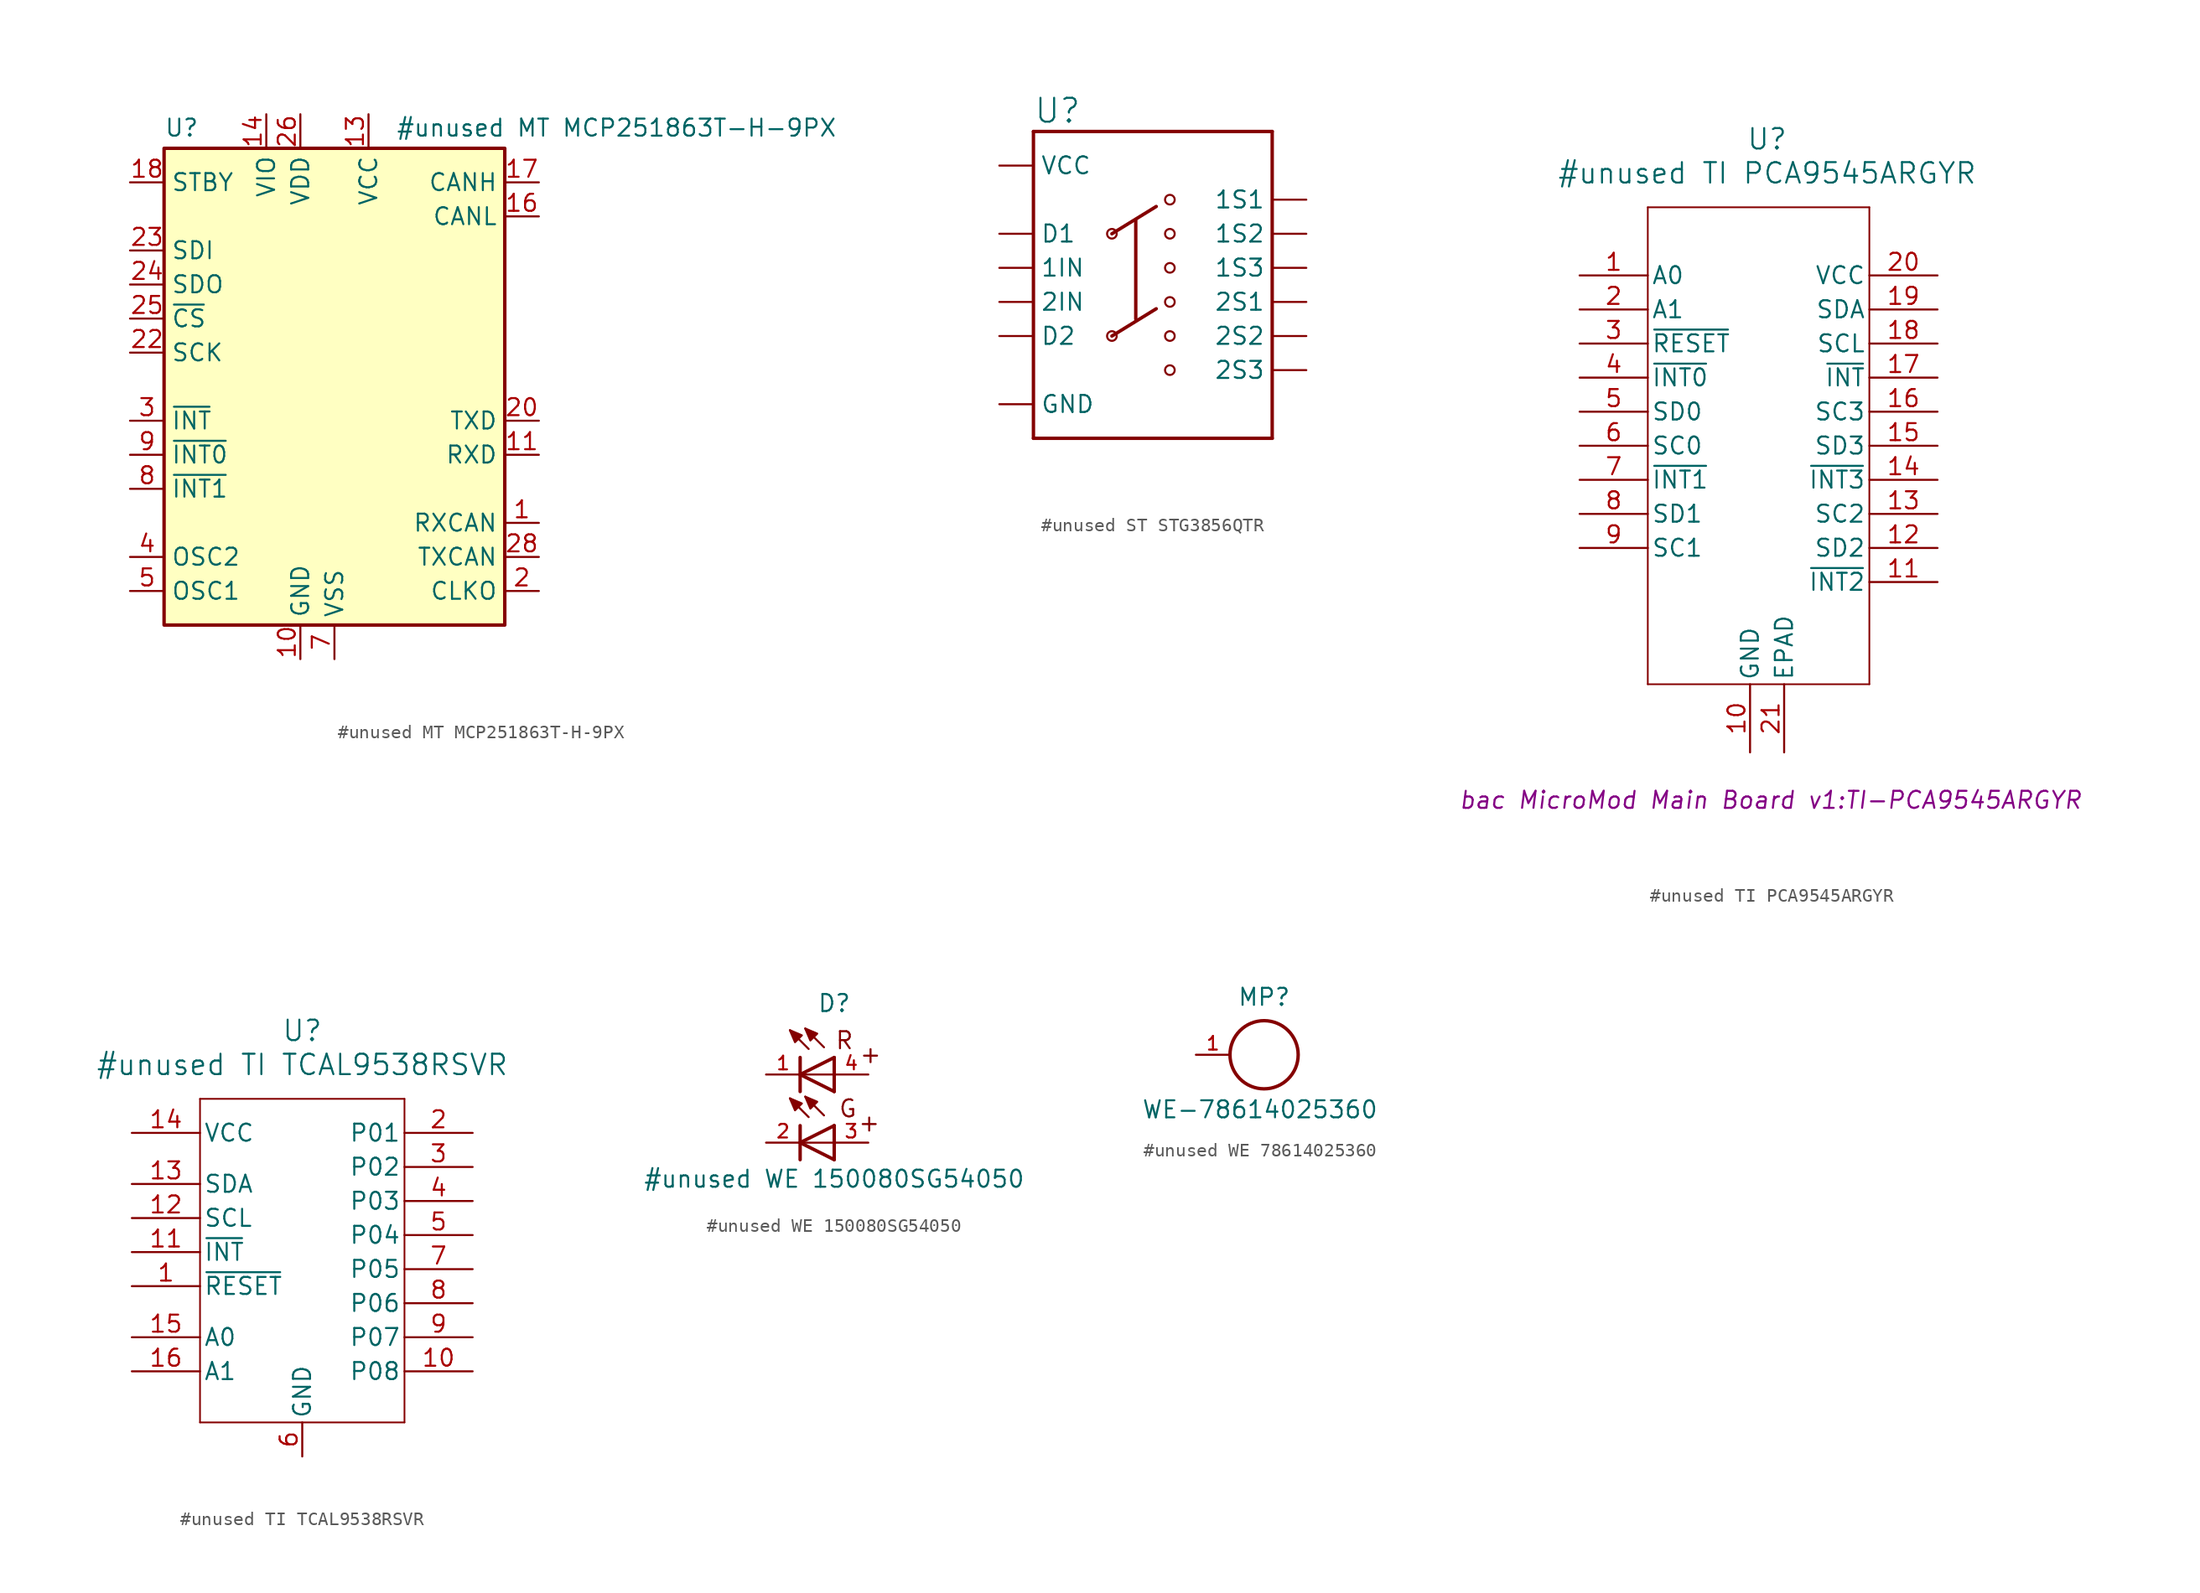
<source format=kicad_sym>
(kicad_symbol_lib
  (version 20231120)
  (generator "kicad_symbol_editor")
  (generator_version "8.0")
  (symbol "#unused MT MCP251863T-H-9PX"
    (property "Reference" "U"
      (at -12.7 19.304 0)
      (effects (font (size 1.27 1.27)) (justify left)))
    (property "Value" "#unused MT MCP251863T-H-9PX"
      (at 4.572 19.304 0)
      (effects (font (size 1.27 1.27)) (justify left)))
    (symbol "#unused MT MCP251863T-H-9PX_0_1"
      (rectangle (start -12.7 17.78) (end 12.7 -17.78) (stroke (width 0.254) (type default)) (fill (type background))))
    (symbol "#unused MT MCP251863T-H-9PX_1_1"
      (pin input line (at 15.24 -10.16 180) (length 2.54) (name "RXCAN" (effects (font (size 1.27 1.27)))) (number "1" (effects (font (size 1.27 1.27)))))
      (pin power_in line (at -2.54 -20.32 90) (length 2.54) (name "GND" (effects (font (size 1.27 1.27)))) (number "10" (effects (font (size 1.27 1.27)))))
      (pin output line (at 15.24 -5.08 180) (length 2.54) (name "RXD" (effects (font (size 1.27 1.27)))) (number "11" (effects (font (size 1.27 1.27)))))
      (pin no_connect line (at 12.7 5.08 180) (length 2.54) hide (name "NC" (effects (font (size 1.27 1.27)))) (number "12" (effects (font (size 1.27 1.27)))))
      (pin power_in line (at 2.54 20.32 270) (length 2.54) (name "VCC" (effects (font (size 1.27 1.27)))) (number "13" (effects (font (size 1.27 1.27)))))
      (pin power_in line (at -5.08 20.32 270) (length 2.54) (name "VIO" (effects (font (size 1.27 1.27)))) (number "14" (effects (font (size 1.27 1.27)))))
      (pin no_connect line (at 12.7 7.62 180) (length 2.54) hide (name "NC" (effects (font (size 1.27 1.27)))) (number "15" (effects (font (size 1.27 1.27)))))
      (pin bidirectional line (at 15.24 12.7 180) (length 2.54) (name "CANL" (effects (font (size 1.27 1.27)))) (number "16" (effects (font (size 1.27 1.27)))))
      (pin bidirectional line (at 15.24 15.24 180) (length 2.54) (name "CANH" (effects (font (size 1.27 1.27)))) (number "17" (effects (font (size 1.27 1.27)))))
      (pin input line (at -15.24 15.24 0) (length 2.54) (name "STBY" (effects (font (size 1.27 1.27)))) (number "18" (effects (font (size 1.27 1.27)))))
      (pin no_connect line (at 12.7 10.16 180) (length 2.54) hide (name "NC" (effects (font (size 1.27 1.27)))) (number "19" (effects (font (size 1.27 1.27)))))
      (pin output line (at 15.24 -15.24 180) (length 2.54) (name "CLKO" (effects (font (size 1.27 1.27)))) (number "2" (effects (font (size 1.27 1.27)))) (alternate "SOF" output line))
      (pin output line (at 15.24 -2.54 180) (length 2.54) (name "TXD" (effects (font (size 1.27 1.27)))) (number "20" (effects (font (size 1.27 1.27)))))
      (pin no_connect line (at 0 17.78 270) (length 2.54) hide (name "NC" (effects (font (size 1.27 1.27)))) (number "21" (effects (font (size 1.27 1.27)))))
      (pin input line (at -15.24 2.54 0) (length 2.54) (name "SCK" (effects (font (size 1.27 1.27)))) (number "22" (effects (font (size 1.27 1.27)))))
      (pin input line (at -15.24 10.16 0) (length 2.54) (name "SDI" (effects (font (size 1.27 1.27)))) (number "23" (effects (font (size 1.27 1.27)))))
      (pin output line (at -15.24 7.62 0) (length 2.54) (name "SDO" (effects (font (size 1.27 1.27)))) (number "24" (effects (font (size 1.27 1.27)))))
      (pin input line (at -15.24 5.08 0) (length 2.54) (name "~{CS}" (effects (font (size 1.27 1.27)))) (number "25" (effects (font (size 1.27 1.27)))))
      (pin power_in line (at -2.54 20.32 270) (length 2.54) (name "VDD" (effects (font (size 1.27 1.27)))) (number "26" (effects (font (size 1.27 1.27)))))
      (pin output line (at 15.24 -12.7 180) (length 2.54) (name "TXCAN" (effects (font (size 1.27 1.27)))) (number "28" (effects (font (size 1.27 1.27)))))
      (pin no_connect line (at 5.08 17.78 270) (length 2.54) hide (name "NC" (effects (font (size 1.27 1.27)))) (number "29" (effects (font (size 1.27 1.27)))))
      (pin output line (at -15.24 -2.54 0) (length 2.54) (name "~{INT}" (effects (font (size 1.27 1.27)))) (number "3" (effects (font (size 1.27 1.27)))))
      (pin output line (at -15.24 -12.7 0) (length 2.54) (name "OSC2" (effects (font (size 1.27 1.27)))) (number "4" (effects (font (size 1.27 1.27)))))
      (pin input line (at -15.24 -15.24 0) (length 2.54) (name "OSC1" (effects (font (size 1.27 1.27)))) (number "5" (effects (font (size 1.27 1.27)))))
      (pin no_connect line (at 12.7 2.54 180) (length 2.54) hide (name "NC" (effects (font (size 1.27 1.27)))) (number "6" (effects (font (size 1.27 1.27)))))
      (pin power_in line (at 0 -20.32 90) (length 2.54) (name "VSS" (effects (font (size 1.27 1.27)))) (number "7" (effects (font (size 1.27 1.27)))))
      (pin output line (at -15.24 -7.62 0) (length 2.54) (name "~{INT1}" (effects (font (size 1.27 1.27)))) (number "8" (effects (font (size 1.27 1.27)))) (alternate "GPIO1" bidirectional line))
      (pin output line (at -15.24 -5.08 0) (length 2.54) (name "~{INT0}" (effects (font (size 1.27 1.27)))) (number "9" (effects (font (size 1.27 1.27)))) (alternate "GPIO0" bidirectional line) (alternate "XSTBY" input line))))
  (symbol "#unused ST STG3856QTR"
    (property "Reference" "U"
      (at -7.62 13.208 0)
      (effects (font (size 1.778 1.778)) (justify left bottom)))
    (property "Value" ""
      (at -7.62 -12.7 0)
      (effects (font (size 1.778 1.778)) (justify left bottom)))
    (symbol "#unused ST STG3856QTR_1_0"
      (circle (center -1.778 -2.54) (radius 0.359) (stroke (width 0) (type solid)) (fill (type none)))
      (circle (center -1.778 5.08) (radius 0.359) (stroke (width 0) (type solid)) (fill (type none)))
      (polyline (pts (xy -7.62 -10.16) (xy -7.62 12.7)) (stroke (width 0.254) (type solid)) (fill (type none)))
      (polyline (pts (xy -7.62 12.7) (xy 10.16 12.7)) (stroke (width 0.254) (type solid)) (fill (type none)))
      (polyline (pts (xy -1.778 -2.54) (xy 1.524 -0.508)) (stroke (width 0.254) (type solid)) (fill (type none)))
      (polyline (pts (xy -1.778 5.08) (xy 1.524 7.112)) (stroke (width 0.254) (type solid)) (fill (type none)))
      (polyline (pts (xy 0 6.096) (xy 0 -1.27)) (stroke (width 0.254) (type solid)) (fill (type none)))
      (polyline (pts (xy 10.16 -10.16) (xy -7.62 -10.16)) (stroke (width 0.254) (type solid)) (fill (type none)))
      (polyline (pts (xy 10.16 12.7) (xy 10.16 -10.16)) (stroke (width 0.254) (type solid)) (fill (type none)))
      (circle (center 2.54 -5.08) (radius 0.359) (stroke (width 0) (type solid)) (fill (type none)))
      (circle (center 2.54 -2.54) (radius 0.359) (stroke (width 0) (type solid)) (fill (type none)))
      (circle (center 2.54 0) (radius 0.359) (stroke (width 0) (type solid)) (fill (type none)))
      (circle (center 2.54 2.54) (radius 0.359) (stroke (width 0) (type solid)) (fill (type none)))
      (circle (center 2.54 5.08) (radius 0.359) (stroke (width 0) (type solid)) (fill (type none)))
      (circle (center 2.54 7.62) (radius 0.359) (stroke (width 0) (type solid)) (fill (type none)))
      (pin bidirectional line (at 12.7 7.62 180) (length 2.54) (name "1S1" (effects (font (size 1.27 1.27)))) (number "P1" (effects (font (size 0 0)))))
      (pin bidirectional line (at -10.16 0 0) (length 2.54) (name "2IN" (effects (font (size 1.27 1.27)))) (number "P10" (effects (font (size 0 0)))))
      (pin power_in line (at -10.16 10.16 0) (length 2.54) (name "VCC" (effects (font (size 1.27 1.27)))) (number "P11" (effects (font (size 0 0)))))
      (pin bidirectional line (at -10.16 2.54 0) (length 2.54) (name "1IN" (effects (font (size 1.27 1.27)))) (number "P12" (effects (font (size 0 0)))))
      (pin bidirectional line (at 12.7 5.08 180) (length 2.54) (name "1S2" (effects (font (size 1.27 1.27)))) (number "P2" (effects (font (size 0 0)))))
      (pin bidirectional line (at 12.7 2.54 180) (length 2.54) (name "1S3" (effects (font (size 1.27 1.27)))) (number "P3" (effects (font (size 0 0)))))
      (pin bidirectional line (at -10.16 5.08 0) (length 2.54) (name "D1" (effects (font (size 1.27 1.27)))) (number "P4" (effects (font (size 0 0)))))
      (pin power_in line (at -10.16 -7.62 0) (length 2.54) (name "GND" (effects (font (size 1.27 1.27)))) (number "P5" (effects (font (size 0 0)))))
      (pin bidirectional line (at -10.16 -2.54 0) (length 2.54) (name "D2" (effects (font (size 1.27 1.27)))) (number "P6" (effects (font (size 0 0)))))
      (pin bidirectional line (at 12.7 -5.08 180) (length 2.54) (name "2S3" (effects (font (size 1.27 1.27)))) (number "P7" (effects (font (size 0 0)))))
      (pin bidirectional line (at 12.7 -2.54 180) (length 2.54) (name "2S2" (effects (font (size 1.27 1.27)))) (number "P8" (effects (font (size 0 0)))))
      (pin bidirectional line (at 12.7 0 180) (length 2.54) (name "2S1" (effects (font (size 1.27 1.27)))) (number "P9" (effects (font (size 0 0)))))))
  (symbol "#unused TI PCA9545ARGYR"
    (pin_names
      (offset 0.254))
    (property "Reference" "U"
      (at 0 17.78 0)
      (effects (font (size 1.524 1.524))))
    (property "Value" "#unused TI PCA9545ARGYR"
      (at 0 15.24 0)
      (effects (font (size 1.524 1.524))))
    (property "Footprint" "bac MicroMod Main Board v1:TI-PCA9545ARGYR"
      (at 0.254 -31.496 0)
      (effects (font (size 1.27 1.27) (italic yes))))
    (symbol "#unused TI PCA9545ARGYR_0_1"
      (polyline (pts (xy -8.89 -22.86) (xy 7.62 -22.86)) (stroke (width 0.127) (type default)) (fill (type none)))
      (polyline (pts (xy -8.89 12.7) (xy -8.89 -22.86)) (stroke (width 0.127) (type default)) (fill (type none)))
      (polyline (pts (xy 7.62 -22.86) (xy 7.62 12.7)) (stroke (width 0.127) (type default)) (fill (type none)))
      (polyline (pts (xy 7.62 12.7) (xy -8.89 12.7)) (stroke (width 0.127) (type default)) (fill (type none)))
      (pin input line (at -13.97 7.62 0) (length 5.08) (name "A0" (effects (font (size 1.27 1.27)))) (number "1" (effects (font (size 1.27 1.27)))))
      (pin power_in line (at -1.27 -27.94 90) (length 5.08) (name "GND" (effects (font (size 1.27 1.27)))) (number "10" (effects (font (size 1.27 1.27)))))
      (pin unspecified line (at 12.7 -12.7 180) (length 5.08) (name "SD2" (effects (font (size 1.27 1.27)))) (number "12" (effects (font (size 1.27 1.27)))))
      (pin unspecified line (at 12.7 -10.16 180) (length 5.08) (name "SC2" (effects (font (size 1.27 1.27)))) (number "13" (effects (font (size 1.27 1.27)))))
      (pin unspecified line (at 12.7 -5.08 180) (length 5.08) (name "SD3" (effects (font (size 1.27 1.27)))) (number "15" (effects (font (size 1.27 1.27)))))
      (pin unspecified line (at 12.7 -2.54 180) (length 5.08) (name "SC3" (effects (font (size 1.27 1.27)))) (number "16" (effects (font (size 1.27 1.27)))))
      (pin unspecified line (at 12.7 2.54 180) (length 5.08) (name "SCL" (effects (font (size 1.27 1.27)))) (number "18" (effects (font (size 1.27 1.27)))))
      (pin unspecified line (at 12.7 5.08 180) (length 5.08) (name "SDA" (effects (font (size 1.27 1.27)))) (number "19" (effects (font (size 1.27 1.27)))))
      (pin input line (at -13.97 5.08 0) (length 5.08) (name "A1" (effects (font (size 1.27 1.27)))) (number "2" (effects (font (size 1.27 1.27)))))
      (pin power_in line (at 12.7 7.62 180) (length 5.08) (name "VCC" (effects (font (size 1.27 1.27)))) (number "20" (effects (font (size 1.27 1.27)))))
      (pin unspecified line (at 1.27 -27.94 90) (length 5.08) (name "EPAD" (effects (font (size 1.27 1.27)))) (number "21" (effects (font (size 1.27 1.27)))))
      (pin unspecified line (at -13.97 -2.54 0) (length 5.08) (name "SD0" (effects (font (size 1.27 1.27)))) (number "5" (effects (font (size 1.27 1.27)))))
      (pin unspecified line (at -13.97 -5.08 0) (length 5.08) (name "SC0" (effects (font (size 1.27 1.27)))) (number "6" (effects (font (size 1.27 1.27)))))
      (pin unspecified line (at -13.97 -10.16 0) (length 5.08) (name "SD1" (effects (font (size 1.27 1.27)))) (number "8" (effects (font (size 1.27 1.27)))))
      (pin unspecified line (at -13.97 -12.7 0) (length 5.08) (name "SC1" (effects (font (size 1.27 1.27)))) (number "9" (effects (font (size 1.27 1.27))))))
    (symbol "#unused TI PCA9545ARGYR_1_1"
      (pin input line (at 12.7 -15.24 180) (length 5.08) (name "~{INT2}" (effects (font (size 1.27 1.27)))) (number "11" (effects (font (size 1.27 1.27)))))
      (pin input line (at 12.7 -7.62 180) (length 5.08) (name "~{INT3}" (effects (font (size 1.27 1.27)))) (number "14" (effects (font (size 1.27 1.27)))))
      (pin output line (at 12.7 0 180) (length 5.08) (name "~{INT}" (effects (font (size 1.27 1.27)))) (number "17" (effects (font (size 1.27 1.27)))))
      (pin input line (at -13.97 2.54 0) (length 5.08) (name "~{RESET}" (effects (font (size 1.27 1.27)))) (number "3" (effects (font (size 1.27 1.27)))))
      (pin input line (at -13.97 0 0) (length 5.08) (name "~{INT0}" (effects (font (size 1.27 1.27)))) (number "4" (effects (font (size 1.27 1.27)))))
      (pin input line (at -13.97 -7.62 0) (length 5.08) (name "~{INT1}" (effects (font (size 1.27 1.27)))) (number "7" (effects (font (size 1.27 1.27)))))))
  (symbol "#unused TI TCAL9538RSVR"
    (pin_names
      (offset 0.254))
    (property "Reference" "U"
      (at 0 17.78 0)
      (effects (font (size 1.524 1.524))))
    (property "Value" "#unused TI TCAL9538RSVR"
      (at 0 15.24 0)
      (effects (font (size 1.524 1.524))))
    (symbol "#unused TI TCAL9538RSVR_0_1"
      (polyline (pts (xy -7.62 -11.43) (xy -7.62 12.7)) (stroke (width 0.127) (type default)) (fill (type none)))
      (polyline (pts (xy -7.62 12.7) (xy 7.62 12.7)) (stroke (width 0.127) (type default)) (fill (type none)))
      (polyline (pts (xy 7.62 -11.43) (xy -7.62 -11.43)) (stroke (width 0.127) (type default)) (fill (type none)))
      (polyline (pts (xy 7.62 12.7) (xy 7.62 -11.43)) (stroke (width 0.127) (type default)) (fill (type none)))
      (pin input line (at -12.7 -5.08 0) (length 5.08) (name "A0" (effects (font (size 1.27 1.27)))) (number "15" (effects (font (size 1.27 1.27)))))
      (pin power_in line (at 0 -13.97 90) (length 2.54) (name "GND" (effects (font (size 1.27 1.27)))) (number "6" (effects (font (size 1.27 1.27))))))
    (symbol "#unused TI TCAL9538RSVR_1_1"
      (pin input line (at -12.7 -1.27 0) (length 5.08) (name "~{RESET}" (effects (font (size 1.27 1.27)))) (number "1" (effects (font (size 1.27 1.27)))))
      (pin bidirectional line (at 12.7 -7.62 180) (length 5.08) (name "P08" (effects (font (size 1.27 1.27)))) (number "10" (effects (font (size 1.27 1.27)))))
      (pin output line (at -12.7 1.27 0) (length 5.08) (name "~{INT}" (effects (font (size 1.27 1.27)))) (number "11" (effects (font (size 1.27 1.27)))))
      (pin input line (at -12.7 3.81 0) (length 5.08) (name "SCL" (effects (font (size 1.27 1.27)))) (number "12" (effects (font (size 1.27 1.27)))))
      (pin bidirectional line (at -12.7 6.35 0) (length 5.08) (name "SDA" (effects (font (size 1.27 1.27)))) (number "13" (effects (font (size 1.27 1.27)))))
      (pin power_in line (at -12.7 10.16 0) (length 5.08) (name "VCC" (effects (font (size 1.27 1.27)))) (number "14" (effects (font (size 1.27 1.27)))))
      (pin input line (at -12.7 -7.62 0) (length 5.08) (name "A1" (effects (font (size 1.27 1.27)))) (number "16" (effects (font (size 1.27 1.27)))))
      (pin bidirectional line (at 12.7 10.16 180) (length 5.08) (name "P01" (effects (font (size 1.27 1.27)))) (number "2" (effects (font (size 1.27 1.27)))))
      (pin bidirectional line (at 12.7 7.62 180) (length 5.08) (name "P02" (effects (font (size 1.27 1.27)))) (number "3" (effects (font (size 1.27 1.27)))))
      (pin bidirectional line (at 12.7 5.08 180) (length 5.08) (name "P03" (effects (font (size 1.27 1.27)))) (number "4" (effects (font (size 1.27 1.27)))))
      (pin bidirectional line (at 12.7 2.54 180) (length 5.08) (name "P04" (effects (font (size 1.27 1.27)))) (number "5" (effects (font (size 1.27 1.27)))))
      (pin bidirectional line (at 12.7 0 180) (length 5.08) (name "P05" (effects (font (size 1.27 1.27)))) (number "7" (effects (font (size 1.27 1.27)))))
      (pin bidirectional line (at 12.7 -2.54 180) (length 5.08) (name "P06" (effects (font (size 1.27 1.27)))) (number "8" (effects (font (size 1.27 1.27)))))
      (pin bidirectional line (at 12.7 -5.08 180) (length 5.08) (name "P07" (effects (font (size 1.27 1.27)))) (number "9" (effects (font (size 1.27 1.27)))))))
  (symbol "#unused WE 150080SG54050"
    (pin_names
      (offset 1.016))
    (property "Reference" "D"
      (at 0 7.112 0)
      (effects (font (size 1.27 1.27)) (justify bottom)))
    (property "Value" "#unused WE 150080SG54050"
      (at 0 -5.988 0)
      (effects (font (size 1.27 1.27)) (justify bottom)))
    (symbol "#unused WE 150080SG54050_0_0"
      (polyline (pts (xy -2.54 -3.81) (xy -2.54 -2.54)) (stroke (width 0.254) (type default)) (fill (type none)))
      (polyline (pts (xy -2.54 -2.54) (xy -2.54 -1.27)) (stroke (width 0.254) (type default)) (fill (type none)))
      (polyline (pts (xy -2.54 -2.54) (xy 0 -1.27)) (stroke (width 0.254) (type default)) (fill (type none)))
      (polyline (pts (xy -2.54 1.27) (xy -2.54 2.54)) (stroke (width 0.254) (type default)) (fill (type none)))
      (polyline (pts (xy -2.54 2.54) (xy -2.54 3.81)) (stroke (width 0.254) (type default)) (fill (type none)))
      (polyline (pts (xy -2.54 2.54) (xy 0 3.81)) (stroke (width 0.254) (type default)) (fill (type none)))
      (polyline (pts (xy -1.905 -0.635) (xy -3.302 0.762)) (stroke (width 0.152) (type default)) (fill (type none)))
      (polyline (pts (xy -1.905 4.445) (xy -3.302 5.842)) (stroke (width 0.152) (type default)) (fill (type none)))
      (polyline (pts (xy -0.762 -0.508) (xy -2.159 0.889)) (stroke (width 0.152) (type default)) (fill (type none)))
      (polyline (pts (xy -0.762 4.572) (xy -2.159 5.969)) (stroke (width 0.152) (type default)) (fill (type none)))
      (polyline (pts (xy 0 -3.81) (xy -2.54 -2.54)) (stroke (width 0.254) (type default)) (fill (type none)))
      (polyline (pts (xy 0 -3.81) (xy 0 -2.54)) (stroke (width 0.254) (type default)) (fill (type none)))
      (polyline (pts (xy 0 -2.54) (xy -2.54 -2.54)) (stroke (width 0.152) (type default)) (fill (type none)))
      (polyline (pts (xy 0 -2.54) (xy 0 -1.27)) (stroke (width 0.254) (type default)) (fill (type none)))
      (polyline (pts (xy 0 1.27) (xy -2.54 2.54)) (stroke (width 0.254) (type default)) (fill (type none)))
      (polyline (pts (xy 0 1.27) (xy 0 2.54)) (stroke (width 0.254) (type default)) (fill (type none)))
      (polyline (pts (xy 0 2.54) (xy -2.54 2.54)) (stroke (width 0.152) (type default)) (fill (type none)))
      (polyline (pts (xy 0 2.54) (xy 0 3.81)) (stroke (width 0.254) (type default)) (fill (type none)))
      (polyline (pts (xy -3.302 0.762) (xy -2.413 0.381) (xy -2.921 -0.127) (xy -3.302 0.762)) (stroke (width 0.152) (type default)) (fill (type outline)))
      (polyline (pts (xy -3.302 5.842) (xy -2.413 5.461) (xy -2.921 4.953) (xy -3.302 5.842)) (stroke (width 0.152) (type default)) (fill (type outline)))
      (polyline (pts (xy -2.159 0.889) (xy -1.27 0.508) (xy -1.778 0) (xy -2.159 0.889)) (stroke (width 0.152) (type default)) (fill (type outline)))
      (polyline (pts (xy -2.159 5.969) (xy -1.27 5.588) (xy -1.778 5.08) (xy -2.159 5.969)) (stroke (width 0.152) (type default)) (fill (type outline)))
      (text "+" (at 1.72 -1.8 0) (effects (font (size 1.27 1.27)) (justify left bottom)))
      (text "+" (at 1.82 3.3 0) (effects (font (size 1.27 1.27)) (justify left bottom)))
      (pin passive line (at -5.08 2.54 0) (length 2.54) (name "~" (effects (font (size 1.016 1.016)))) (number "1" (effects (font (size 1.016 1.016)))))
      (pin passive line (at -5.08 -2.54 0) (length 2.54) (name "~" (effects (font (size 1.016 1.016)))) (number "2" (effects (font (size 1.016 1.016)))))
      (pin passive line (at 2.54 -2.54 180) (length 2.54) (name "~" (effects (font (size 1.016 1.016)))) (number "3" (effects (font (size 1.016 1.016)))))
      (pin passive line (at 2.54 2.54 180) (length 2.54) (name "~" (effects (font (size 1.016 1.016)))) (number "4" (effects (font (size 1.016 1.016))))))
    (symbol "#unused WE 150080SG54050_1_1"
      (text "G" (at 1.016 0 0) (effects (font (size 1.27 1.27))))
      (text "R" (at 0.762 5.08 0) (effects (font (size 1.27 1.27))))))
  (symbol "#unused WE 78614025360"
    (pin_names
      (offset 1.016))
    (property "Reference" "MP"
      (at 0 3.556 0)
      (effects (font (size 1.27 1.27)) (justify bottom)))
    (property "Value" "WE-78614025360"
      (at -9.144 -4.826 0)
      (effects (font (size 1.27 1.27)) (justify left bottom)))
    (symbol "#unused WE 78614025360_0_0"
      (circle (center 0 0) (radius 2.54) (stroke (width 0.254) (type default)) (fill (type none)))
      (pin passive line (at -5.08 0 0) (length 2.54) (name "~" (effects (font (size 1.016 1.016)))) (number "1" (effects (font (size 1.016 1.016))))))))
</source>
